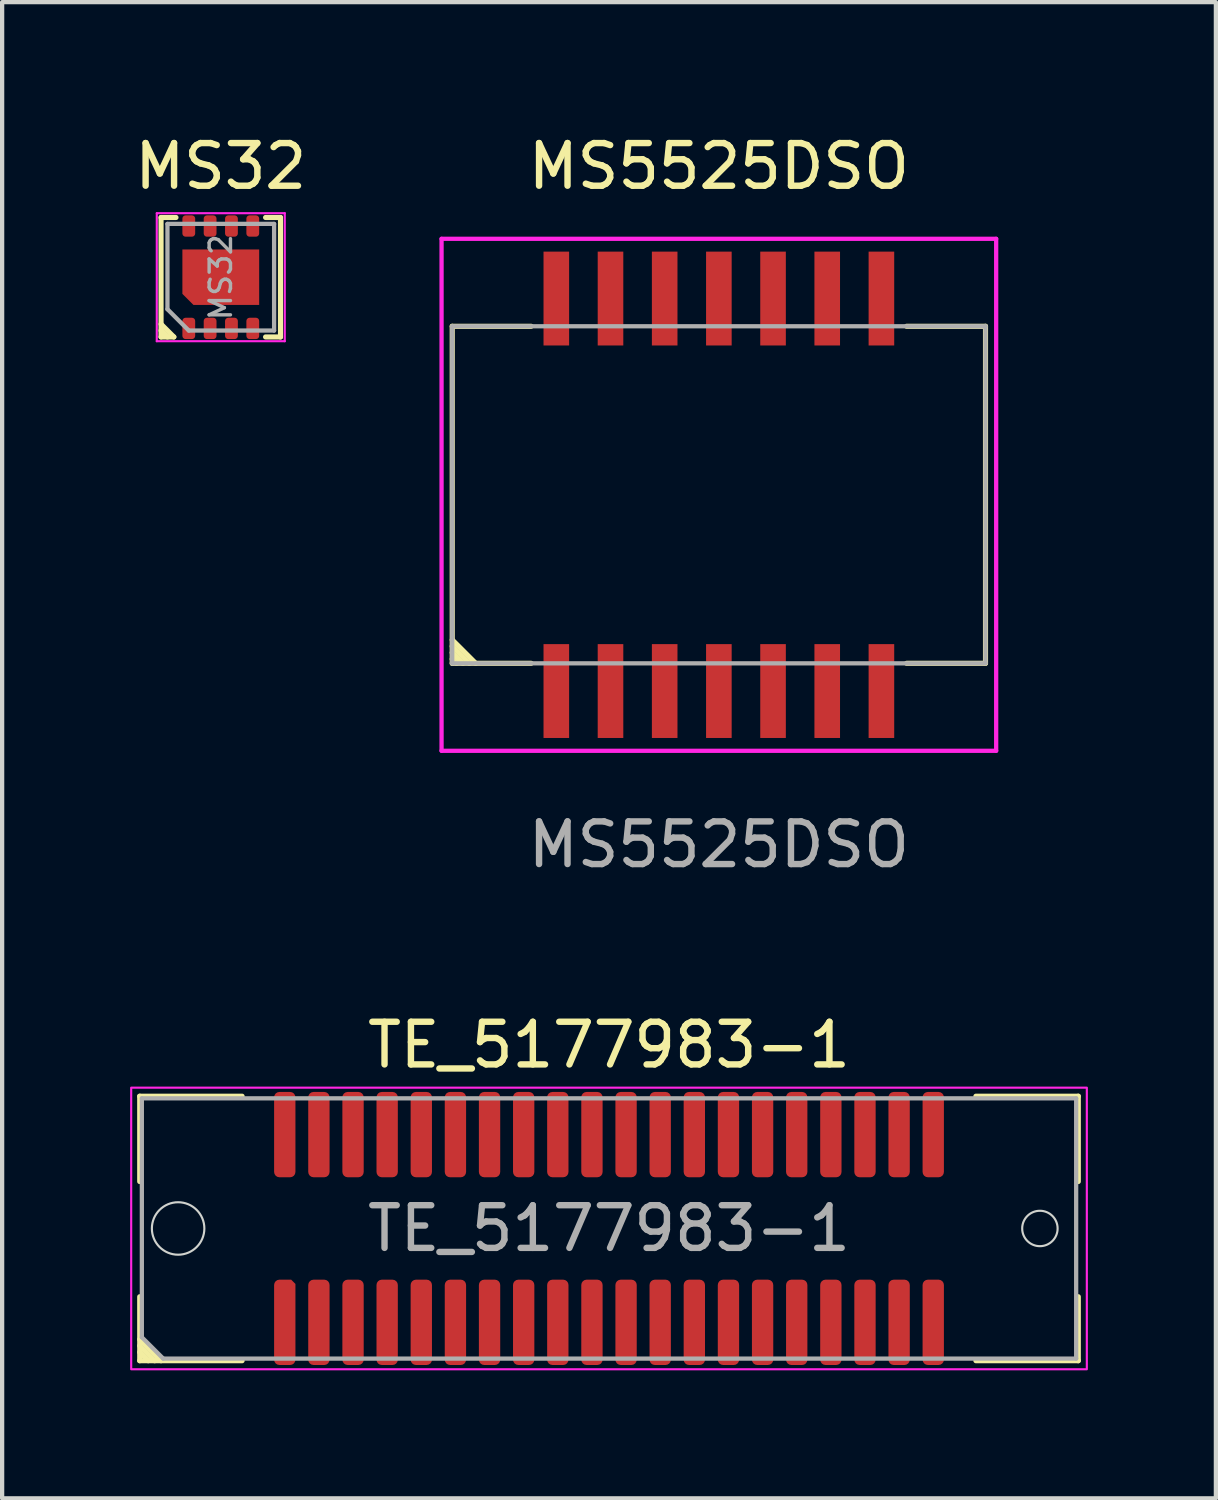
<source format=kicad_pcb>
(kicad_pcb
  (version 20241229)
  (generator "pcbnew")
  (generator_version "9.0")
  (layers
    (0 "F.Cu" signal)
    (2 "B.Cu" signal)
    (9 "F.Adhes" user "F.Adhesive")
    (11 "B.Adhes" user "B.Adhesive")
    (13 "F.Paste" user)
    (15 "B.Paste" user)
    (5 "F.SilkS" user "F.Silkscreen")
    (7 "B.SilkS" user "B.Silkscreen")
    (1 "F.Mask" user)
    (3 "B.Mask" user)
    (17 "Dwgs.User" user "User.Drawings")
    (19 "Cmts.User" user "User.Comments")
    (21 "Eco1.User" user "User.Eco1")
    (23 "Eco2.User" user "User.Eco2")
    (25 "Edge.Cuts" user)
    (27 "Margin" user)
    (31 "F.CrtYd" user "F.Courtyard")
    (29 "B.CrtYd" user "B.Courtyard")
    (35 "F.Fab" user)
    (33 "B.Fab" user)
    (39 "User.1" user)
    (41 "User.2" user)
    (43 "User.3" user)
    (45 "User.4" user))
  (footprint "TE_5177983-1"
    (layer "F.Cu")
    (at 11.225 25.745)
    (property "Reference" "TE_5177983-1" (at 0 -4.3 0) (layer "F.SilkS") (effects (font (size 1 1) (thickness 0.15))))
    (attr through_hole)
    (fp_line (start -11 -3.1) (end -8.6 -3.1) (stroke (width 0.12) (type solid)) (layer "F.SilkS"))
    (fp_line (start -11 -1.1) (end -11 -3.1) (stroke (width 0.12) (type solid)) (layer "F.SilkS"))
    (fp_line (start -11 2.6) (end -10.5 3.1) (stroke (width 0.12) (type solid)) (layer "F.SilkS"))
    (fp_line (start -11 2.75) (end -10.65 3.1) (stroke (width 0.12) (type solid)) (layer "F.SilkS"))
    (fp_line (start -11 3.1) (end -11 1.6) (stroke (width 0.12) (type solid)) (layer "F.SilkS"))
    (fp_line (start -10.8 3.1) (end -11 2.9) (stroke (width 0.12) (type solid)) (layer "F.SilkS"))
    (fp_line (start -8.6 3.1) (end -11 3.1) (stroke (width 0.12) (type solid)) (layer "F.SilkS"))
    (fp_line (start 8.6 -3.1) (end 11 -3.1) (stroke (width 0.12) (type solid)) (layer "F.SilkS"))
    (fp_line (start 11 -3.1) (end 11 -1.1) (stroke (width 0.12) (type solid)) (layer "F.SilkS"))
    (fp_line (start 11 1.6) (end 11 3.1) (stroke (width 0.12) (type solid)) (layer "F.SilkS"))
    (fp_line (start 11 3.1) (end 8.6 3.1) (stroke (width 0.12) (type solid)) (layer "F.SilkS"))
    (fp_circle (center -10.1 0) (end -9.485 0) (stroke (width 0.05) (type solid)) (fill no) (layer "Edge.Cuts"))
    (fp_circle (center 10.1 0) (end 10.515 0) (stroke (width 0.05) (type solid)) (fill no) (layer "Edge.Cuts"))
    (fp_rect (start -11.2 -3.3) (end 11.2 3.3) (stroke (width 0.05) (type solid)) (fill no) (layer "F.CrtYd"))
    (fp_line (start -10.95 -3.05) (end -10.95 2.55) (stroke (width 0.1) (type solid)) (layer "F.Fab"))
    (fp_line (start -10.95 2.55) (end -10.45 3.05) (stroke (width 0.1) (type solid)) (layer "F.Fab"))
    (fp_line (start -10.45 3.05) (end 10.95 3.05) (stroke (width 0.1) (type solid)) (layer "F.Fab"))
    (fp_line (start 10.95 -3.05) (end -10.95 -3.05) (stroke (width 0.1) (type solid)) (layer "F.Fab"))
    (fp_line (start 10.95 3.05) (end 10.95 -3.05) (stroke (width 0.1) (type solid)) (layer "F.Fab"))
    (fp_text user "${REFERENCE}" (at 0 0 0) (layer "F.Fab") (effects (font (size 1 1) (thickness 0.15))))
    (pad "1" smd roundrect (at -7.6 2.2) (size 0.5 2) (layers "F.Cu" "F.Mask" "F.Paste") (roundrect_rratio 0.25) (chamfer_ratio 0.2) (chamfer top_right))
    (pad "2" smd roundrect (at -7.6 -2.2) (size 0.5 2) (layers "F.Cu" "F.Mask" "F.Paste") (roundrect_rratio 0.25))
    (pad "3" smd roundrect (at -6.8 2.2) (size 0.5 2) (layers "F.Cu" "F.Mask" "F.Paste") (roundrect_rratio 0.25))
    (pad "4" smd roundrect (at -6.8 -2.2) (size 0.5 2) (layers "F.Cu" "F.Mask" "F.Paste") (roundrect_rratio 0.25))
    (pad "5" smd roundrect (at -6 2.2) (size 0.5 2) (layers "F.Cu" "F.Mask" "F.Paste") (roundrect_rratio 0.25))
    (pad "6" smd roundrect (at -6 -2.2) (size 0.5 2) (layers "F.Cu" "F.Mask" "F.Paste") (roundrect_rratio 0.25))
    (pad "7" smd roundrect (at -5.2 2.2) (size 0.5 2) (layers "F.Cu" "F.Mask" "F.Paste") (roundrect_rratio 0.25))
    (pad "8" smd roundrect (at -5.2 -2.2) (size 0.5 2) (layers "F.Cu" "F.Mask" "F.Paste") (roundrect_rratio 0.25))
    (pad "9" smd roundrect (at -4.4 2.2) (size 0.5 2) (layers "F.Cu" "F.Mask" "F.Paste") (roundrect_rratio 0.25))
    (pad "10" smd roundrect (at -4.4 -2.2) (size 0.5 2) (layers "F.Cu" "F.Mask" "F.Paste") (roundrect_rratio 0.25))
    (pad "11" smd roundrect (at -3.6 2.2) (size 0.5 2) (layers "F.Cu" "F.Mask" "F.Paste") (roundrect_rratio 0.25))
    (pad "12" smd roundrect (at -3.6 -2.2) (size 0.5 2) (layers "F.Cu" "F.Mask" "F.Paste") (roundrect_rratio 0.25))
    (pad "13" smd roundrect (at -2.8 2.2) (size 0.5 2) (layers "F.Cu" "F.Mask" "F.Paste") (roundrect_rratio 0.25))
    (pad "14" smd roundrect (at -2.8 -2.2) (size 0.5 2) (layers "F.Cu" "F.Mask" "F.Paste") (roundrect_rratio 0.25))
    (pad "15" smd roundrect (at -2 2.2) (size 0.5 2) (layers "F.Cu" "F.Mask" "F.Paste") (roundrect_rratio 0.25))
    (pad "16" smd roundrect (at -2 -2.2) (size 0.5 2) (layers "F.Cu" "F.Mask" "F.Paste") (roundrect_rratio 0.25))
    (pad "17" smd roundrect (at -1.2 2.2) (size 0.5 2) (layers "F.Cu" "F.Mask" "F.Paste") (roundrect_rratio 0.25))
    (pad "18" smd roundrect (at -1.2 -2.2) (size 0.5 2) (layers "F.Cu" "F.Mask" "F.Paste") (roundrect_rratio 0.25))
    (pad "19" smd roundrect (at -0.4 2.2) (size 0.5 2) (layers "F.Cu" "F.Mask" "F.Paste") (roundrect_rratio 0.25))
    (pad "20" smd roundrect (at -0.4 -2.2) (size 0.5 2) (layers "F.Cu" "F.Mask" "F.Paste") (roundrect_rratio 0.25))
    (pad "21" smd roundrect (at 0.4 2.2) (size 0.5 2) (layers "F.Cu" "F.Mask" "F.Paste") (roundrect_rratio 0.25))
    (pad "22" smd roundrect (at 0.4 -2.2) (size 0.5 2) (layers "F.Cu" "F.Mask" "F.Paste") (roundrect_rratio 0.25))
    (pad "23" smd roundrect (at 1.2 2.2) (size 0.5 2) (layers "F.Cu" "F.Mask" "F.Paste") (roundrect_rratio 0.25))
    (pad "24" smd roundrect (at 1.2 -2.2) (size 0.5 2) (layers "F.Cu" "F.Mask" "F.Paste") (roundrect_rratio 0.25))
    (pad "25" smd roundrect (at 2 2.2) (size 0.5 2) (layers "F.Cu" "F.Mask" "F.Paste") (roundrect_rratio 0.25))
    (pad "26" smd roundrect (at 2 -2.2) (size 0.5 2) (layers "F.Cu" "F.Mask" "F.Paste") (roundrect_rratio 0.25))
    (pad "27" smd roundrect (at 2.8 2.2) (size 0.5 2) (layers "F.Cu" "F.Mask" "F.Paste") (roundrect_rratio 0.25))
    (pad "28" smd roundrect (at 2.8 -2.2) (size 0.5 2) (layers "F.Cu" "F.Mask" "F.Paste") (roundrect_rratio 0.25))
    (pad "29" smd roundrect (at 3.6 2.2) (size 0.5 2) (layers "F.Cu" "F.Mask" "F.Paste") (roundrect_rratio 0.25))
    (pad "30" smd roundrect (at 3.6 -2.2) (size 0.5 2) (layers "F.Cu" "F.Mask" "F.Paste") (roundrect_rratio 0.25))
    (pad "31" smd roundrect (at 4.4 2.2) (size 0.5 2) (layers "F.Cu" "F.Mask" "F.Paste") (roundrect_rratio 0.25))
    (pad "32" smd roundrect (at 4.4 -2.2) (size 0.5 2) (layers "F.Cu" "F.Mask" "F.Paste") (roundrect_rratio 0.25))
    (pad "33" smd roundrect (at 5.2 2.2) (size 0.5 2) (layers "F.Cu" "F.Mask" "F.Paste") (roundrect_rratio 0.25))
    (pad "34" smd roundrect (at 5.2 -2.2) (size 0.5 2) (layers "F.Cu" "F.Mask" "F.Paste") (roundrect_rratio 0.25))
    (pad "35" smd roundrect (at 6 2.2) (size 0.5 2) (layers "F.Cu" "F.Mask" "F.Paste") (roundrect_rratio 0.25))
    (pad "36" smd roundrect (at 6 -2.2) (size 0.5 2) (layers "F.Cu" "F.Mask" "F.Paste") (roundrect_rratio 0.25))
    (pad "37" smd roundrect (at 6.8 2.2) (size 0.5 2) (layers "F.Cu" "F.Mask" "F.Paste") (roundrect_rratio 0.25))
    (pad "38" smd roundrect (at 6.8 -2.2) (size 0.5 2) (layers "F.Cu" "F.Mask" "F.Paste") (roundrect_rratio 0.25))
    (pad "39" smd roundrect (at 7.6 2.2) (size 0.5 2) (layers "F.Cu" "F.Mask" "F.Paste") (roundrect_rratio 0.25))
    (pad "40" smd roundrect (at 7.6 -2.2) (size 0.5 2) (layers "F.Cu" "F.Mask" "F.Paste") (roundrect_rratio 0.25)))
  (footprint "MS5525DSO"
    (layer "F.Cu")
    (at 13.8 8.548)
    (property "Reference" "MS5525DSO" (at 0 -7.7 0) (layer "F.SilkS") (effects (font (size 1 1) (thickness 0.15))))
    (attr smd)
    (fp_line (start -6.25 -3.95) (end -6.25 3.95) (stroke (width 0.12) (type solid)) (layer "F.SilkS"))
    (fp_line (start -6.25 3.4) (end -5.7 3.95) (stroke (width 0.12) (type solid)) (layer "F.SilkS"))
    (fp_line (start -6.25 3.55) (end -5.85 3.95) (stroke (width 0.12) (type solid)) (layer "F.SilkS"))
    (fp_line (start -6.25 3.7) (end -6 3.95) (stroke (width 0.12) (type solid)) (layer "F.SilkS"))
    (fp_line (start -6.25 3.85) (end -6.15 3.95) (stroke (width 0.12) (type solid)) (layer "F.SilkS"))
    (fp_line (start -6.25 3.95) (end -4.4 3.95) (stroke (width 0.12) (type solid)) (layer "F.SilkS"))
    (fp_line (start -4.4 -3.95) (end -6.25 -3.95) (stroke (width 0.12) (type solid)) (layer "F.SilkS"))
    (fp_line (start 4.4 3.95) (end 6.25 3.95) (stroke (width 0.12) (type solid)) (layer "F.SilkS"))
    (fp_line (start 6.25 -3.95) (end 4.4 -3.95) (stroke (width 0.12) (type solid)) (layer "F.SilkS"))
    (fp_line (start 6.25 3.95) (end 6.25 -3.95) (stroke (width 0.12) (type solid)) (layer "F.SilkS"))
    (fp_line (start -6.5 -6) (end 6.5 -6) (stroke (width 0.1) (type solid)) (layer "F.CrtYd"))
    (fp_line (start -6.5 6) (end -6.5 -6) (stroke (width 0.1) (type solid)) (layer "F.CrtYd"))
    (fp_line (start 6.5 -6) (end 6.5 6) (stroke (width 0.1) (type solid)) (layer "F.CrtYd"))
    (fp_line (start 6.5 6) (end -6.5 6) (stroke (width 0.1) (type solid)) (layer "F.CrtYd"))
    (fp_line (start -6.25 -3.95) (end 6.25 -3.95) (stroke (width 0.1) (type solid)) (layer "F.Fab"))
    (fp_line (start -6.25 3.95) (end -6.25 -3.95) (stroke (width 0.1) (type solid)) (layer "F.Fab"))
    (fp_line (start 6.25 -3.95) (end 6.25 3.95) (stroke (width 0.1) (type solid)) (layer "F.Fab"))
    (fp_line (start 6.25 3.95) (end -6.25 3.95) (stroke (width 0.1) (type solid)) (layer "F.Fab"))
    (fp_text user "${REFERENCE}" (at 0 8.2 0) (layer "F.Fab") (effects (font (size 1 1) (thickness 0.15))))
    (pad "1" smd rect (at -3.81 4.6) (size 0.6 2.2) (layers "F.Cu" "F.Mask" "F.Paste"))
    (pad "2" smd rect (at -2.54 4.6) (size 0.6 2.2) (layers "F.Cu" "F.Mask" "F.Paste"))
    (pad "3" smd rect (at -1.27 4.6) (size 0.6 2.2) (layers "F.Cu" "F.Mask" "F.Paste"))
    (pad "4" smd rect (at 0 4.6) (size 0.6 2.2) (layers "F.Cu" "F.Mask" "F.Paste"))
    (pad "5" smd rect (at 1.27 4.6) (size 0.6 2.2) (layers "F.Cu" "F.Mask" "F.Paste"))
    (pad "6" smd rect (at 2.54 4.6) (size 0.6 2.2) (layers "F.Cu" "F.Mask" "F.Paste"))
    (pad "7" smd rect (at 3.81 4.6) (size 0.6 2.2) (layers "F.Cu" "F.Mask" "F.Paste"))
    (pad "8" smd rect (at 3.81 -4.6) (size 0.6 2.2) (layers "F.Cu" "F.Mask" "F.Paste"))
    (pad "9" smd rect (at 2.54 -4.6) (size 0.6 2.2) (layers "F.Cu" "F.Mask" "F.Paste"))
    (pad "10" smd rect (at 1.27 -4.6) (size 0.6 2.2) (layers "F.Cu" "F.Mask" "F.Paste"))
    (pad "11" smd rect (at 0 -4.6) (size 0.6 2.2) (layers "F.Cu" "F.Mask" "F.Paste"))
    (pad "12" smd rect (at -1.27 -4.6) (size 0.6 2.2) (layers "F.Cu" "F.Mask" "F.Paste"))
    (pad "13" smd rect (at -2.54 -4.6) (size 0.6 2.2) (layers "F.Cu" "F.Mask" "F.Paste"))
    (pad "14" smd rect (at -3.81 -4.6) (size 0.6 2.2) (layers "F.Cu" "F.Mask" "F.Paste")))
  (footprint "MS32"
    (layer "F.Cu")
    (at 2.125 3.448)
    (property "Reference" "MS32" (at 0 -2.6 0) (unlocked yes) (layer "F.SilkS") (effects (font (size 1 1) (thickness 0.15))))
    (attr smd)
    (fp_line (start -1.4 -1.4) (end -1.4 1.4) (stroke (width 0.12) (type solid)) (layer "F.SilkS"))
    (fp_line (start -1.4 1.1) (end -1.1 1.4) (stroke (width 0.12) (type solid)) (layer "F.SilkS"))
    (fp_line (start -1.4 1.25) (end -1.25 1.4) (stroke (width 0.12) (type solid)) (layer "F.SilkS"))
    (fp_line (start -1.1 1.4) (end -1.4 1.4) (stroke (width 0.12) (type solid)) (layer "F.SilkS"))
    (fp_line (start -1.05 -1.4) (end -1.4 -1.4) (stroke (width 0.12) (type solid)) (layer "F.SilkS"))
    (fp_line (start 1.05 -1.4) (end 1.4 -1.4) (stroke (width 0.12) (type solid)) (layer "F.SilkS"))
    (fp_line (start 1.4 -1.4) (end 1.4 1.4) (stroke (width 0.12) (type solid)) (layer "F.SilkS"))
    (fp_line (start 1.4 1.4) (end 1.05 1.4) (stroke (width 0.12) (type solid)) (layer "F.SilkS"))
    (fp_line (start -1.5 -1.5) (end 1.5 -1.5) (stroke (width 0.05) (type solid)) (layer "F.CrtYd"))
    (fp_line (start -1.5 1.5) (end -1.5 -1.5) (stroke (width 0.05) (type solid)) (layer "F.CrtYd"))
    (fp_line (start 1.5 -1.5) (end 1.5 1.5) (stroke (width 0.05) (type solid)) (layer "F.CrtYd"))
    (fp_line (start 1.5 1.5) (end -1.5 1.5) (stroke (width 0.05) (type solid)) (layer "F.CrtYd"))
    (fp_line (start -1.25 -1.25) (end -1.25 0.75) (stroke (width 0.1) (type solid)) (layer "F.Fab"))
    (fp_line (start -1.25 -1.25) (end 1.25 -1.25) (stroke (width 0.1) (type solid)) (layer "F.Fab"))
    (fp_line (start -1.25 0.75) (end -0.75 1.25) (stroke (width 0.1) (type default)) (layer "F.Fab"))
    (fp_line (start 1.25 -1.25) (end 1.25 1.25) (stroke (width 0.1) (type solid)) (layer "F.Fab"))
    (fp_line (start 1.25 1.25) (end -0.75 1.25) (stroke (width 0.1) (type solid)) (layer "F.Fab"))
    (fp_text user "${REFERENCE}" (at 0 0 90) (unlocked yes) (layer "F.Fab") (effects (font (size 0.5 0.5) (thickness 0.08))))
    (pad "1" smd roundrect (at -0.75 1.2) (size 0.3 0.5) (layers "F.Cu" "F.Mask" "F.Paste") (roundrect_rratio 0.25))
    (pad "2" smd roundrect (at -0.25 1.2) (size 0.3 0.5) (layers "F.Cu" "F.Mask" "F.Paste") (roundrect_rratio 0.25))
    (pad "3" smd roundrect (at 0.25 1.2) (size 0.3 0.5) (layers "F.Cu" "F.Mask" "F.Paste") (roundrect_rratio 0.25))
    (pad "4" smd roundrect (at 0.75 1.2) (size 0.3 0.5) (layers "F.Cu" "F.Mask" "F.Paste") (roundrect_rratio 0.25))
    (pad "5" smd roundrect (at 0.75 -1.2) (size 0.3 0.5) (layers "F.Cu" "F.Mask" "F.Paste") (roundrect_rratio 0.25))
    (pad "6" smd roundrect (at 0.25 -1.2) (size 0.3 0.5) (layers "F.Cu" "F.Mask" "F.Paste") (roundrect_rratio 0.25))
    (pad "7" smd roundrect (at -0.25 -1.2) (size 0.3 0.5) (layers "F.Cu" "F.Mask" "F.Paste") (roundrect_rratio 0.25))
    (pad "8" smd roundrect (at -0.75 -1.2) (size 0.3 0.5) (layers "F.Cu" "F.Mask" "F.Paste") (roundrect_rratio 0.25))
    (pad "9" smd roundrect (at 0 0) (size 1.8 1.3) (layers "F.Cu" "F.Mask" "F.Paste") (roundrect_rratio 0) (chamfer_ratio 0.2) (chamfer bottom_left)))
  (gr_rect
    (start -3 -3)
    (end 25.45 32.07)
    (stroke (width 0.1) (type default))
    (fill no)
    (layer "Edge.Cuts")))
</source>
